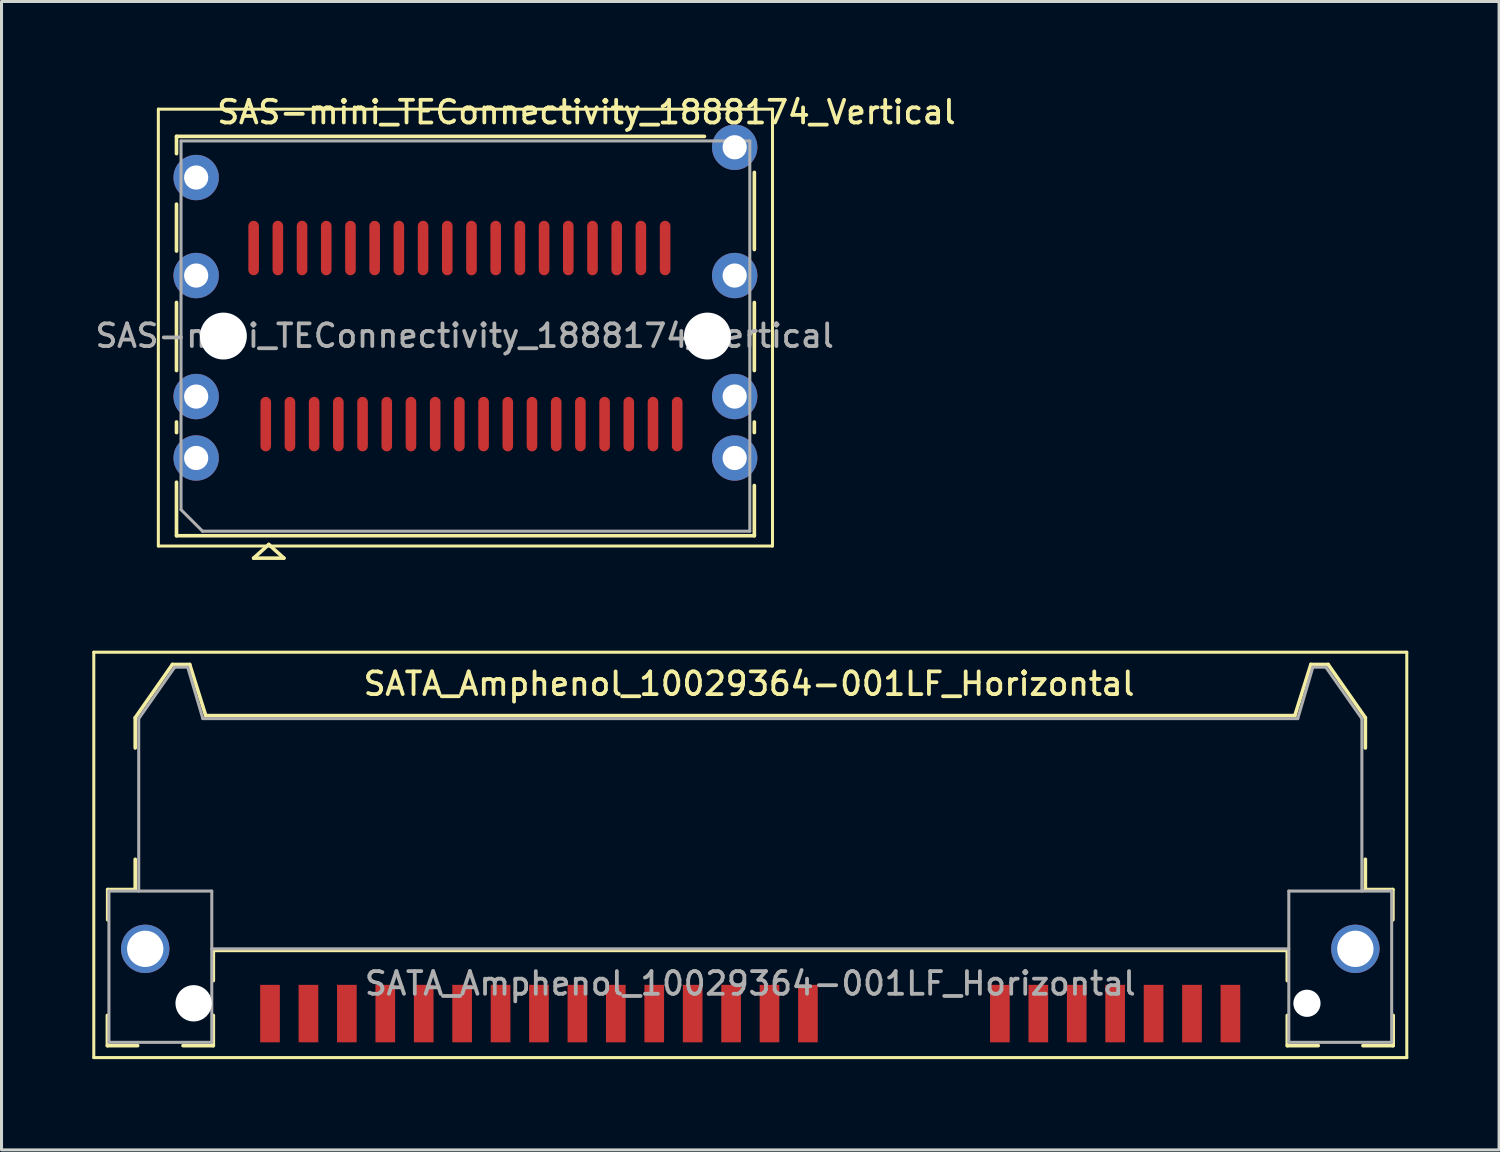
<source format=kicad_pcb>
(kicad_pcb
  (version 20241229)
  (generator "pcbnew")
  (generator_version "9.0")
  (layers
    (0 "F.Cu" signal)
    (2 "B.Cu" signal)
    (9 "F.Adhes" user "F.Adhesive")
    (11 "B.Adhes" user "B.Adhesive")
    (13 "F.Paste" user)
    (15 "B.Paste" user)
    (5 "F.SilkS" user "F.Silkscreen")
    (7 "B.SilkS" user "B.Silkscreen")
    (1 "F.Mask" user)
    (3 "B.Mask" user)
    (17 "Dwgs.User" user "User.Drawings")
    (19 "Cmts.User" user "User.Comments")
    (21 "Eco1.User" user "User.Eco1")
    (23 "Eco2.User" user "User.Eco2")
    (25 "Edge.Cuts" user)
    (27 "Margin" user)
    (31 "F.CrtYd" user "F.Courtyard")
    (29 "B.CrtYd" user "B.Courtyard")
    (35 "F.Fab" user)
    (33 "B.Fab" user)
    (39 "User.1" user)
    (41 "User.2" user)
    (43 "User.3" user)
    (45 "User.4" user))
  (footprint "SATA_Amphenol_10029364-001LF_Horizontal"
    (layer "F.Cu")
    (at 21.75 29.458)
    (property "Reference" "SATA_Amphenol_10029364-001LF_Horizontal" (at -0.041 -9.906 0) (layer "F.SilkS") (effects (font (size 0.75 0.75) (thickness 0.125))))
    (attr smd)
    (fp_line (start -21.7 -10.95) (end -21.7 2.45) (stroke (width 0.1) (type solid)) (layer "F.SilkS"))
    (fp_line (start -21.7 -10.95) (end 21.7 -10.95) (stroke (width 0.1) (type solid)) (layer "F.SilkS"))
    (fp_line (start -21.7 2.45) (end 21.7 2.45) (stroke (width 0.1) (type solid)) (layer "F.SilkS"))
    (fp_line (start -21.25 1.055) (end -21.25 2.055) (stroke (width 0.12) (type solid)) (layer "F.SilkS"))
    (fp_line (start -21.25 2.055) (end -20.25 2.055) (stroke (width 0.12) (type solid)) (layer "F.SilkS"))
    (fp_line (start -21.24 -3.105) (end -21.24 -2.105) (stroke (width 0.12) (type solid)) (layer "F.SilkS"))
    (fp_line (start -21.24 -3.105) (end -20.33 -3.105) (stroke (width 0.12) (type solid)) (layer "F.SilkS"))
    (fp_line (start -20.33 -8.785) (end -20.33 -7.785) (stroke (width 0.12) (type solid)) (layer "F.SilkS"))
    (fp_line (start -20.33 -8.785) (end -19.1 -10.545) (stroke (width 0.12) (type solid)) (layer "F.SilkS"))
    (fp_line (start -20.33 -3.105) (end -20.33 -4.105) (stroke (width 0.12) (type solid)) (layer "F.SilkS"))
    (fp_line (start -19.1 -10.545) (end -18.53 -10.545) (stroke (width 0.12) (type solid)) (layer "F.SilkS"))
    (fp_line (start -18.75 2.055) (end -17.75 2.055) (stroke (width 0.12) (type solid)) (layer "F.SilkS"))
    (fp_line (start -18 -8.855) (end -18.53 -10.545) (stroke (width 0.12) (type solid)) (layer "F.SilkS"))
    (fp_line (start -17.75 -1.095) (end -17.75 -0.095) (stroke (width 0.12) (type solid)) (layer "F.SilkS"))
    (fp_line (start -17.75 1.055) (end -17.75 2.055) (stroke (width 0.12) (type solid)) (layer "F.SilkS"))
    (fp_line (start 17.75 -1.095) (end -17.75 -1.095) (stroke (width 0.12) (type solid)) (layer "F.SilkS"))
    (fp_line (start 17.75 -1.095) (end 17.75 -0.095) (stroke (width 0.12) (type solid)) (layer "F.SilkS"))
    (fp_line (start 17.75 1.055) (end 17.75 2.055) (stroke (width 0.12) (type solid)) (layer "F.SilkS"))
    (fp_line (start 18 -8.855) (end -18 -8.855) (stroke (width 0.12) (type solid)) (layer "F.SilkS"))
    (fp_line (start 18 -8.855) (end 18.53 -10.545) (stroke (width 0.12) (type solid)) (layer "F.SilkS"))
    (fp_line (start 18.773 2.055) (end 17.75 2.055) (stroke (width 0.12) (type solid)) (layer "F.SilkS"))
    (fp_line (start 19.1 -10.545) (end 18.53 -10.545) (stroke (width 0.12) (type solid)) (layer "F.SilkS"))
    (fp_line (start 20.33 -8.785) (end 19.1 -10.545) (stroke (width 0.12) (type solid)) (layer "F.SilkS"))
    (fp_line (start 20.33 -8.785) (end 20.33 -7.785) (stroke (width 0.12) (type solid)) (layer "F.SilkS"))
    (fp_line (start 20.33 -3.105) (end 20.33 -4.105) (stroke (width 0.12) (type solid)) (layer "F.SilkS"))
    (fp_line (start 21.24 -3.105) (end 20.33 -3.105) (stroke (width 0.12) (type solid)) (layer "F.SilkS"))
    (fp_line (start 21.24 -3.105) (end 21.24 -2.105) (stroke (width 0.12) (type solid)) (layer "F.SilkS"))
    (fp_line (start 21.25 1.055) (end 21.25 2.055) (stroke (width 0.12) (type solid)) (layer "F.SilkS"))
    (fp_line (start 21.25 2.055) (end 20.25 2.055) (stroke (width 0.12) (type solid)) (layer "F.SilkS"))
    (fp_line (start 21.7 -10.95) (end 21.7 2.45) (stroke (width 0.1) (type solid)) (layer "F.SilkS"))
    (fp_line (start -21.2 -3.055) (end -21.2 1.945) (stroke (width 0.1) (type solid)) (layer "F.Fab"))
    (fp_line (start -21.2 -3.055) (end -17.8 -3.055) (stroke (width 0.1) (type solid)) (layer "F.Fab"))
    (fp_line (start -21.2 1.945) (end -17.8 1.945) (stroke (width 0.1) (type solid)) (layer "F.Fab"))
    (fp_line (start -20.215 -8.755) (end -20.215 -3.055) (stroke (width 0.1) (type solid)) (layer "F.Fab"))
    (fp_line (start -20.215 -8.755) (end -19.025 -10.455) (stroke (width 0.1) (type solid)) (layer "F.Fab"))
    (fp_line (start -18.595 -10.455) (end -19.025 -10.455) (stroke (width 0.1) (type solid)) (layer "F.Fab"))
    (fp_line (start -18.595 -10.455) (end -18.095 -8.755) (stroke (width 0.1) (type solid)) (layer "F.Fab"))
    (fp_line (start -17.8 -3.055) (end -17.8 1.945) (stroke (width 0.1) (type solid)) (layer "F.Fab"))
    (fp_line (start 17.8 -3.055) (end 17.8 1.93) (stroke (width 0.1) (type solid)) (layer "F.Fab"))
    (fp_line (start 17.8 -1.145) (end -17.8 -1.145) (stroke (width 0.1) (type solid)) (layer "F.Fab"))
    (fp_line (start 18.095 -8.755) (end -18.095 -8.755) (stroke (width 0.1) (type solid)) (layer "F.Fab"))
    (fp_line (start 18.595 -10.455) (end 18.095 -8.755) (stroke (width 0.1) (type solid)) (layer "F.Fab"))
    (fp_line (start 18.595 -10.455) (end 19.025 -10.455) (stroke (width 0.1) (type solid)) (layer "F.Fab"))
    (fp_line (start 20.215 -8.755) (end 19.025 -10.455) (stroke (width 0.1) (type solid)) (layer "F.Fab"))
    (fp_line (start 20.215 -8.755) (end 20.215 -3.055) (stroke (width 0.1) (type solid)) (layer "F.Fab"))
    (fp_line (start 21.2 -3.063) (end 21.2 1.937) (stroke (width 0.1) (type solid)) (layer "F.Fab"))
    (fp_line (start 21.2 -3.055) (end 17.8 -3.055) (stroke (width 0.1) (type solid)) (layer "F.Fab"))
    (fp_line (start 21.2 1.945) (end 17.8 1.945) (stroke (width 0.1) (type solid)) (layer "F.Fab"))
    (fp_text user "${REFERENCE}" (at 0 0 0) (layer "F.Fab") (effects (font (size 0.75 0.75) (thickness 0.125))))
    (pad "" np_thru_hole circle (at -18.4 0.655) (size 1.2 1.2) (drill 1.2) (layers "*.Mask" "B.Cu"))
    (pad "" np_thru_hole circle (at 18.4 0.655) (size 0.9 0.9) (drill 0.9) (layers "*.Mask" "B.Cu"))
    (pad "MP" thru_hole circle (at -20 -1.145) (size 1.6 1.6) (drill 1.2) (layers "*.Cu" "*.Mask"))
    (pad "MP" thru_hole circle (at 20 -1.145) (size 1.6 1.6) (drill 1.2) (layers "*.Cu" "*.Mask"))
    (pad "P1" smd rect (at 1.905 0.995) (size 0.65 1.9) (layers "F.Cu" "F.Mask" "F.Paste"))
    (pad "P2" smd rect (at 0.635 0.995) (size 0.65 1.9) (layers "F.Cu" "F.Mask" "F.Paste"))
    (pad "P3" smd rect (at -0.635 0.995) (size 0.65 1.9) (layers "F.Cu" "F.Mask" "F.Paste"))
    (pad "P4" smd rect (at -1.905 0.995) (size 0.65 1.9) (layers "F.Cu" "F.Mask" "F.Paste"))
    (pad "P5" smd rect (at -3.175 0.995) (size 0.65 1.9) (layers "F.Cu" "F.Mask" "F.Paste"))
    (pad "P6" smd rect (at -4.445 0.995) (size 0.65 1.9) (layers "F.Cu" "F.Mask" "F.Paste"))
    (pad "P7" smd rect (at -5.715 0.995) (size 0.65 1.9) (layers "F.Cu" "F.Mask" "F.Paste"))
    (pad "P8" smd rect (at -6.985 0.995) (size 0.65 1.9) (layers "F.Cu" "F.Mask" "F.Paste"))
    (pad "P9" smd rect (at -8.255 0.995) (size 0.65 1.9) (layers "F.Cu" "F.Mask" "F.Paste"))
    (pad "P10" smd rect (at -9.525 0.995) (size 0.65 1.9) (layers "F.Cu" "F.Mask" "F.Paste"))
    (pad "P11" smd rect (at -10.795 0.995) (size 0.65 1.9) (layers "F.Cu" "F.Mask" "F.Paste"))
    (pad "P12" smd rect (at -12.065 0.995) (size 0.65 1.9) (layers "F.Cu" "F.Mask" "F.Paste"))
    (pad "P13" smd rect (at -13.335 0.995) (size 0.65 1.9) (layers "F.Cu" "F.Mask" "F.Paste"))
    (pad "P14" smd rect (at -14.605 0.995) (size 0.65 1.9) (layers "F.Cu" "F.Mask" "F.Paste"))
    (pad "P15" smd rect (at -15.875 0.995) (size 0.65 1.9) (layers "F.Cu" "F.Mask" "F.Paste"))
    (pad "S1" smd rect (at 15.87 0.995) (size 0.65 1.9) (layers "F.Cu" "F.Mask" "F.Paste"))
    (pad "S2" smd rect (at 14.6 0.995) (size 0.65 1.9) (layers "F.Cu" "F.Mask" "F.Paste"))
    (pad "S3" smd rect (at 13.33 0.995) (size 0.65 1.9) (layers "F.Cu" "F.Mask" "F.Paste"))
    (pad "S4" smd rect (at 12.06 0.995) (size 0.65 1.9) (layers "F.Cu" "F.Mask" "F.Paste"))
    (pad "S5" smd rect (at 10.79 0.995) (size 0.65 1.9) (layers "F.Cu" "F.Mask" "F.Paste"))
    (pad "S6" smd rect (at 9.52 0.995) (size 0.65 1.9) (layers "F.Cu" "F.Mask" "F.Paste"))
    (pad "S7" smd rect (at 8.25 0.995) (size 0.65 1.9) (layers "F.Cu" "F.Mask" "F.Paste")))
  (footprint "SAS-mini_TEConnectivity_1888174_Vertical"
    (layer "F.Cu")
    (at 12.334 8.058)
    (property "Reference" "SAS-mini_TEConnectivity_1888174_Vertical" (at 4 -7.4 0) (layer "F.SilkS") (effects (font (size 0.75 0.75) (thickness 0.125))))
    (attr smd)
    (fp_line (start -10.15 -7.5) (end -10.15 6.94) (stroke (width 0.1) (type solid)) (layer "F.SilkS"))
    (fp_line (start -10.15 -7.5) (end 10.15 -7.5) (stroke (width 0.1) (type solid)) (layer "F.SilkS"))
    (fp_line (start -9.55 -6.6) (end -9.55 -6.03) (stroke (width 0.12) (type solid)) (layer "F.SilkS"))
    (fp_line (start -9.55 -4.36) (end -9.55 -2.81) (stroke (width 0.12) (type solid)) (layer "F.SilkS"))
    (fp_line (start -9.55 -1.11) (end -9.55 1.14) (stroke (width 0.12) (type solid)) (layer "F.SilkS"))
    (fp_line (start -9.55 2.84) (end -9.55 3.19) (stroke (width 0.12) (type solid)) (layer "F.SilkS"))
    (fp_line (start -9.55 4.831) (end -9.55 6.6) (stroke (width 0.12) (type solid)) (layer "F.SilkS"))
    (fp_line (start -9.55 6.6) (end 9.55 6.6) (stroke (width 0.12) (type solid)) (layer "F.SilkS"))
    (fp_line (start -7 7.34) (end -6 7.34) (stroke (width 0.12) (type solid)) (layer "F.SilkS"))
    (fp_line (start -6.5 6.89) (end -7 7.34) (stroke (width 0.12) (type solid)) (layer "F.SilkS"))
    (fp_line (start -6 7.34) (end -6.5 6.89) (stroke (width 0.12) (type solid)) (layer "F.SilkS"))
    (fp_line (start 7.9 -6.6) (end -9.55 -6.6) (stroke (width 0.12) (type solid)) (layer "F.SilkS"))
    (fp_line (start 9.55 -5.41) (end 9.55 -2.86) (stroke (width 0.12) (type solid)) (layer "F.SilkS"))
    (fp_line (start 9.55 -1.11) (end 9.55 1.14) (stroke (width 0.12) (type solid)) (layer "F.SilkS"))
    (fp_line (start 9.55 2.84) (end 9.55 3.19) (stroke (width 0.12) (type solid)) (layer "F.SilkS"))
    (fp_line (start 9.55 4.94) (end 9.55 6.6) (stroke (width 0.12) (type solid)) (layer "F.SilkS"))
    (fp_line (start 10.15 6.94) (end -10.15 6.94) (stroke (width 0.1) (type solid)) (layer "F.SilkS"))
    (fp_line (start 10.15 6.94) (end 10.15 -7.5) (stroke (width 0.1) (type solid)) (layer "F.SilkS"))
    (fp_line (start -9.4 -6.45) (end -9.4 5.74) (stroke (width 0.1) (type solid)) (layer "F.Fab"))
    (fp_line (start -9.4 5.74) (end -8.69 6.45) (stroke (width 0.1) (type solid)) (layer "F.Fab"))
    (fp_line (start -8.69 6.45) (end 9.4 6.45) (stroke (width 0.1) (type solid)) (layer "F.Fab"))
    (fp_line (start 9.4 -6.45) (end -9.4 -6.45) (stroke (width 0.1) (type solid)) (layer "F.Fab"))
    (fp_line (start 9.4 6.45) (end 9.4 -6.45) (stroke (width 0.1) (type solid)) (layer "F.Fab"))
    (fp_text user "${REFERENCE}" (at -0.025 -0.01 0) (layer "F.Fab") (effects (font (size 0.75 0.75) (thickness 0.125))))
    (pad "" np_thru_hole circle (at -8 0) (size 1.55 1.55) (drill 1.55) (layers "*.Mask" "B.Cu"))
    (pad "" np_thru_hole circle (at 8 0) (size 1.55 1.55) (drill 1.55) (layers "*.Mask" "B.Cu"))
    (pad "1" thru_hole circle (at -8.9 -5.24) (size 1.5 1.5) (drill 0.8) (layers "*.Cu" "*.Mask"))
    (pad "2" thru_hole circle (at -8.9 -2) (size 1.5 1.5) (drill 0.8) (layers "*.Cu" "*.Mask"))
    (pad "3" thru_hole circle (at -8.9 2) (size 1.5 1.5) (drill 0.8) (layers "*.Cu" "*.Mask"))
    (pad "4" thru_hole circle (at -8.9 4.03) (size 1.5 1.5) (drill 0.8) (layers "*.Cu" "*.Mask"))
    (pad "5" thru_hole circle (at 8.9 -6.24) (size 1.5 1.5) (drill 0.8) (layers "*.Cu" "*.Mask"))
    (pad "6" thru_hole circle (at 8.9 -2) (size 1.5 1.5) (drill 0.8) (layers "*.Cu" "*.Mask"))
    (pad "7" thru_hole circle (at 8.9 2) (size 1.5 1.5) (drill 0.8) (layers "*.Cu" "*.Mask"))
    (pad "8" thru_hole circle (at 8.9 4.03) (size 1.5 1.5) (drill 0.8) (layers "*.Cu" "*.Mask"))
    (pad "A1" smd oval (at -6.6 2.91) (size 0.35 1.8) (layers "F.Cu" "F.Mask" "F.Paste"))
    (pad "A2" smd oval (at -5.8 2.91) (size 0.35 1.8) (layers "F.Cu" "F.Mask" "F.Paste"))
    (pad "A3" smd oval (at -5 2.91) (size 0.35 1.8) (layers "F.Cu" "F.Mask" "F.Paste"))
    (pad "A4" smd oval (at -4.2 2.91) (size 0.35 1.8) (layers "F.Cu" "F.Mask" "F.Paste"))
    (pad "A5" smd oval (at -3.4 2.91) (size 0.35 1.8) (layers "F.Cu" "F.Mask" "F.Paste"))
    (pad "A6" smd oval (at -2.6 2.91) (size 0.35 1.8) (layers "F.Cu" "F.Mask" "F.Paste"))
    (pad "A7" smd oval (at -1.8 2.91) (size 0.35 1.8) (layers "F.Cu" "F.Mask" "F.Paste"))
    (pad "A8" smd oval (at -1 2.91) (size 0.35 1.8) (layers "F.Cu" "F.Mask" "F.Paste"))
    (pad "A9" smd oval (at -0.2 2.91) (size 0.35 1.8) (layers "F.Cu" "F.Mask" "F.Paste"))
    (pad "A10" smd oval (at 0.6 2.91) (size 0.35 1.8) (layers "F.Cu" "F.Mask" "F.Paste"))
    (pad "A11" smd oval (at 1.4 2.91) (size 0.35 1.8) (layers "F.Cu" "F.Mask" "F.Paste"))
    (pad "A12" smd oval (at 2.2 2.91) (size 0.35 1.8) (layers "F.Cu" "F.Mask" "F.Paste"))
    (pad "A13" smd oval (at 3 2.91) (size 0.35 1.8) (layers "F.Cu" "F.Mask" "F.Paste"))
    (pad "A14" smd oval (at 3.8 2.91) (size 0.35 1.8) (layers "F.Cu" "F.Mask" "F.Paste"))
    (pad "A15" smd oval (at 4.6 2.91) (size 0.35 1.8) (layers "F.Cu" "F.Mask" "F.Paste"))
    (pad "A16" smd oval (at 5.4 2.91) (size 0.35 1.8) (layers "F.Cu" "F.Mask" "F.Paste"))
    (pad "A17" smd oval (at 6.2 2.91) (size 0.35 1.8) (layers "F.Cu" "F.Mask" "F.Paste"))
    (pad "A18" smd oval (at 7 2.91) (size 0.35 1.8) (layers "F.Cu" "F.Mask" "F.Paste"))
    (pad "B1" smd oval (at -7 -2.91) (size 0.35 1.8) (layers "F.Cu" "F.Mask" "F.Paste"))
    (pad "B2" smd oval (at -6.2 -2.91) (size 0.35 1.8) (layers "F.Cu" "F.Mask" "F.Paste"))
    (pad "B3" smd oval (at -5.4 -2.91) (size 0.35 1.8) (layers "F.Cu" "F.Mask" "F.Paste"))
    (pad "B4" smd oval (at -4.6 -2.91) (size 0.35 1.8) (layers "F.Cu" "F.Mask" "F.Paste"))
    (pad "B5" smd oval (at -3.8 -2.91) (size 0.35 1.8) (layers "F.Cu" "F.Mask" "F.Paste"))
    (pad "B6" smd oval (at -3 -2.91) (size 0.35 1.8) (layers "F.Cu" "F.Mask" "F.Paste"))
    (pad "B7" smd oval (at -2.2 -2.91) (size 0.35 1.8) (layers "F.Cu" "F.Mask" "F.Paste"))
    (pad "B8" smd oval (at -1.4 -2.91) (size 0.35 1.8) (layers "F.Cu" "F.Mask" "F.Paste"))
    (pad "B9" smd oval (at -0.6 -2.91) (size 0.35 1.8) (layers "F.Cu" "F.Mask" "F.Paste"))
    (pad "B10" smd oval (at 0.2 -2.91) (size 0.35 1.8) (layers "F.Cu" "F.Mask" "F.Paste"))
    (pad "B11" smd oval (at 1 -2.91) (size 0.35 1.8) (layers "F.Cu" "F.Mask" "F.Paste"))
    (pad "B12" smd oval (at 1.8 -2.91) (size 0.35 1.8) (layers "F.Cu" "F.Mask" "F.Paste"))
    (pad "B13" smd oval (at 2.6 -2.91) (size 0.35 1.8) (layers "F.Cu" "F.Mask" "F.Paste"))
    (pad "B14" smd oval (at 3.4 -2.91) (size 0.35 1.8) (layers "F.Cu" "F.Mask" "F.Paste"))
    (pad "B15" smd oval (at 4.2 -2.91) (size 0.35 1.8) (layers "F.Cu" "F.Mask" "F.Paste"))
    (pad "B16" smd oval (at 5 -2.91) (size 0.35 1.8) (layers "F.Cu" "F.Mask" "F.Paste"))
    (pad "B17" smd oval (at 5.8 -2.91) (size 0.35 1.8) (layers "F.Cu" "F.Mask" "F.Paste"))
    (pad "B18" smd oval (at 6.6 -2.91) (size 0.35 1.8) (layers "F.Cu" "F.Mask" "F.Paste")))
  (gr_rect
    (start -3 -3)
    (end 46.5 34.958)
    (stroke (width 0.1) (type default))
    (fill no)
    (layer "Edge.Cuts")))
</source>
